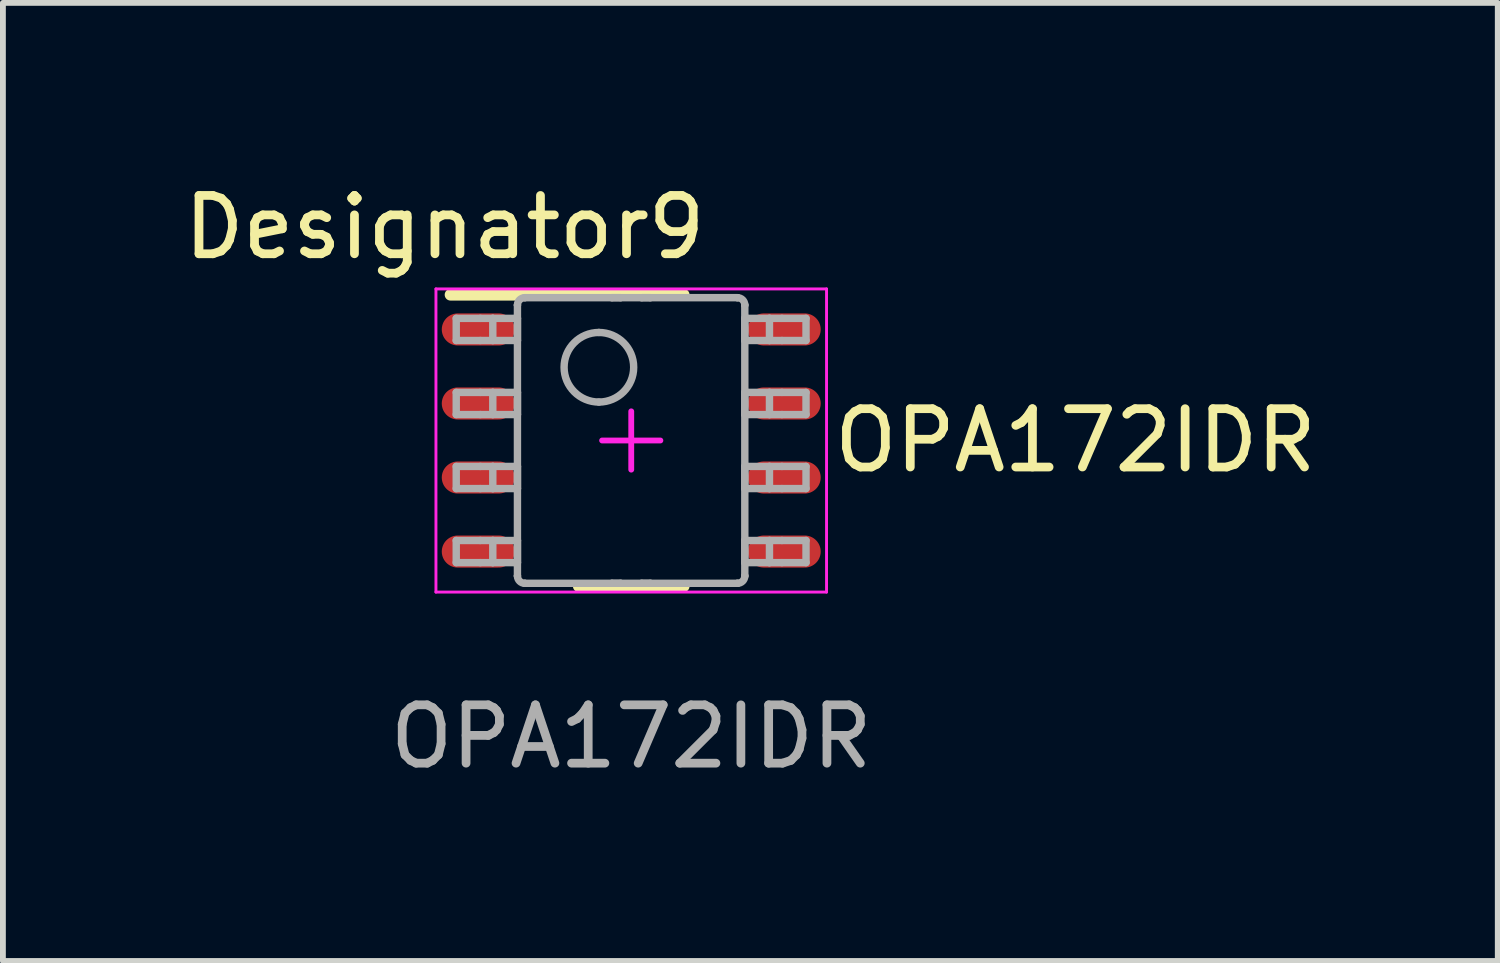
<source format=kicad_pcb>
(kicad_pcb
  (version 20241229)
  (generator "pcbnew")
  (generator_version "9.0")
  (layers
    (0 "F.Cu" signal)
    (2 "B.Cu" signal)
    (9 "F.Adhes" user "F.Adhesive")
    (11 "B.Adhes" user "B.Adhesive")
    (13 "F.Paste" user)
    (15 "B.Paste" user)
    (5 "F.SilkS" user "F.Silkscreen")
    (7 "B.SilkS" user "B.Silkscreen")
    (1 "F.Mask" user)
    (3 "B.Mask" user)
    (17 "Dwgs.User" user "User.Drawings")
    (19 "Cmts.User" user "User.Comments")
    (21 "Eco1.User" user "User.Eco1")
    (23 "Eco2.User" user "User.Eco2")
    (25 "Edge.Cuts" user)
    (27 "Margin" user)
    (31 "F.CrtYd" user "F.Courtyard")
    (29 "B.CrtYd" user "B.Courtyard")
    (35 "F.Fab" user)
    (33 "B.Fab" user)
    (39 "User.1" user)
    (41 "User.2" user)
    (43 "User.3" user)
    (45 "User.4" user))
  (footprint "OPA172IDR"
    (layer "F.Cu")
    (at 7.778 4.506)
    (property "Reference" "OPA172IDR" (at 7.62 0 0) (unlocked yes) (layer "F.SilkS") (effects (font (size 1 1) (thickness 0.15))))
    (attr smd)
    (fp_line (start -3.1 -2.5) (end 0.9 -2.5) (stroke (width 0.2) (type solid)) (layer "F.SilkS"))
    (fp_line (start -0.9 2.5) (end 0.9 2.5) (stroke (width 0.2) (type solid)) (layer "F.SilkS"))
    (fp_line (start -3.35 -2.6) (end 3.35 -2.6) (stroke (width 0.05) (type solid)) (layer "F.CrtYd"))
    (fp_line (start -3.35 2.6) (end -3.35 -2.6) (stroke (width 0.05) (type solid)) (layer "F.CrtYd"))
    (fp_line (start -3.35 2.6) (end 3.35 2.6) (stroke (width 0.05) (type solid)) (layer "F.CrtYd"))
    (fp_line (start -0.5 0) (end 0.5 0) (stroke (width 0.1) (type solid)) (layer "F.CrtYd"))
    (fp_line (start 0 0.5) (end 0 -0.5) (stroke (width 0.1) (type solid)) (layer "F.CrtYd"))
    (fp_line (start 3.35 2.6) (end 3.35 -2.6) (stroke (width 0.05) (type solid)) (layer "F.CrtYd"))
    (fp_line (start -3.002 -2.095) (end -2.589 -2.095) (stroke (width 0.127) (type solid)) (layer "F.Fab"))
    (fp_line (start -3.002 -1.715) (end -3.002 -2.095) (stroke (width 0.127) (type solid)) (layer "F.Fab"))
    (fp_line (start -3.002 -1.715) (end -2.589 -1.715) (stroke (width 0.127) (type solid)) (layer "F.Fab"))
    (fp_line (start -3.002 -0.825) (end -2.589 -0.825) (stroke (width 0.127) (type solid)) (layer "F.Fab"))
    (fp_line (start -3.002 -0.445) (end -3.002 -0.825) (stroke (width 0.127) (type solid)) (layer "F.Fab"))
    (fp_line (start -3.002 -0.445) (end -2.589 -0.445) (stroke (width 0.127) (type solid)) (layer "F.Fab"))
    (fp_line (start -3.002 0.445) (end -2.589 0.445) (stroke (width 0.127) (type solid)) (layer "F.Fab"))
    (fp_line (start -3.002 0.825) (end -3.002 0.445) (stroke (width 0.127) (type solid)) (layer "F.Fab"))
    (fp_line (start -3.002 0.825) (end -2.589 0.825) (stroke (width 0.127) (type solid)) (layer "F.Fab"))
    (fp_line (start -3.002 1.715) (end -2.589 1.715) (stroke (width 0.127) (type solid)) (layer "F.Fab"))
    (fp_line (start -3.002 2.095) (end -3.002 1.715) (stroke (width 0.127) (type solid)) (layer "F.Fab"))
    (fp_line (start -3.002 2.095) (end -2.589 2.095) (stroke (width 0.127) (type solid)) (layer "F.Fab"))
    (fp_line (start -2.589 -2.095) (end -2.375 -2.095) (stroke (width 0.127) (type solid)) (layer "F.Fab"))
    (fp_line (start -2.589 -1.715) (end -2.375 -1.715) (stroke (width 0.127) (type solid)) (layer "F.Fab"))
    (fp_line (start -2.589 -0.825) (end -2.375 -0.825) (stroke (width 0.127) (type solid)) (layer "F.Fab"))
    (fp_line (start -2.589 -0.445) (end -2.375 -0.445) (stroke (width 0.127) (type solid)) (layer "F.Fab"))
    (fp_line (start -2.589 0.445) (end -2.375 0.445) (stroke (width 0.127) (type solid)) (layer "F.Fab"))
    (fp_line (start -2.589 0.825) (end -2.375 0.825) (stroke (width 0.127) (type solid)) (layer "F.Fab"))
    (fp_line (start -2.589 1.715) (end -2.375 1.715) (stroke (width 0.127) (type solid)) (layer "F.Fab"))
    (fp_line (start -2.589 2.095) (end -2.375 2.095) (stroke (width 0.127) (type solid)) (layer "F.Fab"))
    (fp_line (start -2.375 -2.095) (end -1.995 -2.095) (stroke (width 0.127) (type solid)) (layer "F.Fab"))
    (fp_line (start -2.375 -1.715) (end -2.375 -2.095) (stroke (width 0.127) (type solid)) (layer "F.Fab"))
    (fp_line (start -2.375 -1.715) (end -1.995 -1.715) (stroke (width 0.127) (type solid)) (layer "F.Fab"))
    (fp_line (start -2.375 -0.825) (end -1.995 -0.825) (stroke (width 0.127) (type solid)) (layer "F.Fab"))
    (fp_line (start -2.375 -0.445) (end -2.375 -0.825) (stroke (width 0.127) (type solid)) (layer "F.Fab"))
    (fp_line (start -2.375 -0.445) (end -1.995 -0.445) (stroke (width 0.127) (type solid)) (layer "F.Fab"))
    (fp_line (start -2.375 0.445) (end -1.995 0.445) (stroke (width 0.127) (type solid)) (layer "F.Fab"))
    (fp_line (start -2.375 0.825) (end -2.375 0.445) (stroke (width 0.127) (type solid)) (layer "F.Fab"))
    (fp_line (start -2.375 0.825) (end -1.995 0.825) (stroke (width 0.127) (type solid)) (layer "F.Fab"))
    (fp_line (start -2.375 1.715) (end -1.995 1.715) (stroke (width 0.127) (type solid)) (layer "F.Fab"))
    (fp_line (start -2.375 2.095) (end -2.375 1.715) (stroke (width 0.127) (type solid)) (layer "F.Fab"))
    (fp_line (start -2.375 2.095) (end -1.995 2.095) (stroke (width 0.127) (type solid)) (layer "F.Fab"))
    (fp_line (start -1.995 -2.095) (end -1.952 -2.095) (stroke (width 0.127) (type solid)) (layer "F.Fab"))
    (fp_line (start -1.995 -1.715) (end -1.952 -1.715) (stroke (width 0.127) (type solid)) (layer "F.Fab"))
    (fp_line (start -1.995 -0.825) (end -1.952 -0.825) (stroke (width 0.127) (type solid)) (layer "F.Fab"))
    (fp_line (start -1.995 -0.445) (end -1.952 -0.445) (stroke (width 0.127) (type solid)) (layer "F.Fab"))
    (fp_line (start -1.995 0.445) (end -1.952 0.445) (stroke (width 0.127) (type solid)) (layer "F.Fab"))
    (fp_line (start -1.995 0.825) (end -1.952 0.825) (stroke (width 0.127) (type solid)) (layer "F.Fab"))
    (fp_line (start -1.995 1.715) (end -1.952 1.715) (stroke (width 0.127) (type solid)) (layer "F.Fab"))
    (fp_line (start -1.995 2.095) (end -1.952 2.095) (stroke (width 0.127) (type solid)) (layer "F.Fab"))
    (fp_line (start -1.952 -2.323) (end -1.952 -2.324) (stroke (width 0.127) (type solid)) (layer "F.Fab"))
    (fp_line (start -1.952 -1.715) (end -1.952 -2.095) (stroke (width 0.127) (type solid)) (layer "F.Fab"))
    (fp_line (start -1.952 -0.445) (end -1.952 -0.825) (stroke (width 0.127) (type solid)) (layer "F.Fab"))
    (fp_line (start -1.952 0.825) (end -1.952 0.445) (stroke (width 0.127) (type solid)) (layer "F.Fab"))
    (fp_line (start -1.952 2.095) (end -1.952 1.715) (stroke (width 0.127) (type solid)) (layer "F.Fab"))
    (fp_line (start -1.952 2.323) (end -1.952 -2.323) (stroke (width 0.127) (type solid)) (layer "F.Fab"))
    (fp_line (start -1.952 2.324) (end -1.952 2.323) (stroke (width 0.127) (type solid)) (layer "F.Fab"))
    (fp_line (start -1.826 -2.45) (end -1.825 -2.45) (stroke (width 0.127) (type solid)) (layer "F.Fab"))
    (fp_line (start -1.826 2.45) (end -1.825 2.45) (stroke (width 0.127) (type solid)) (layer "F.Fab"))
    (fp_line (start -1.825 -2.45) (end -0.332 -2.45) (stroke (width 0.127) (type solid)) (layer "F.Fab"))
    (fp_line (start -1.825 2.45) (end -0.332 2.45) (stroke (width 0.127) (type solid)) (layer "F.Fab"))
    (fp_line (start -0.332 -2.45) (end -0.182 -2.45) (stroke (width 0.127) (type solid)) (layer "F.Fab"))
    (fp_line (start -0.332 -2.45) (end -0.182 -2.45) (stroke (width 0.127) (type solid)) (layer "F.Fab"))
    (fp_line (start -0.332 2.45) (end -0.182 2.45) (stroke (width 0.127) (type solid)) (layer "F.Fab"))
    (fp_line (start -0.332 2.45) (end -0.182 2.45) (stroke (width 0.127) (type solid)) (layer "F.Fab"))
    (fp_line (start -0.182 -2.45) (end 0.178 -2.45) (stroke (width 0.127) (type solid)) (layer "F.Fab"))
    (fp_line (start -0.182 2.45) (end 0.178 2.45) (stroke (width 0.127) (type solid)) (layer "F.Fab"))
    (fp_line (start 0.178 -2.45) (end 0.328 -2.45) (stroke (width 0.127) (type solid)) (layer "F.Fab"))
    (fp_line (start 0.178 -2.45) (end 0.328 -2.45) (stroke (width 0.127) (type solid)) (layer "F.Fab"))
    (fp_line (start 0.178 2.45) (end 0.328 2.45) (stroke (width 0.127) (type solid)) (layer "F.Fab"))
    (fp_line (start 0.178 2.45) (end 0.328 2.45) (stroke (width 0.127) (type solid)) (layer "F.Fab"))
    (fp_line (start 0.328 -2.45) (end 1.821 -2.45) (stroke (width 0.127) (type solid)) (layer "F.Fab"))
    (fp_line (start 0.328 2.45) (end 1.821 2.45) (stroke (width 0.127) (type solid)) (layer "F.Fab"))
    (fp_line (start 1.821 -2.45) (end 1.822 -2.45) (stroke (width 0.127) (type solid)) (layer "F.Fab"))
    (fp_line (start 1.821 2.45) (end 1.822 2.45) (stroke (width 0.127) (type solid)) (layer "F.Fab"))
    (fp_line (start 1.948 -2.323) (end 1.948 -2.324) (stroke (width 0.127) (type solid)) (layer "F.Fab"))
    (fp_line (start 1.948 -2.095) (end 1.991 -2.095) (stroke (width 0.127) (type solid)) (layer "F.Fab"))
    (fp_line (start 1.948 -1.715) (end 1.948 -2.095) (stroke (width 0.127) (type solid)) (layer "F.Fab"))
    (fp_line (start 1.948 -1.715) (end 1.991 -1.715) (stroke (width 0.127) (type solid)) (layer "F.Fab"))
    (fp_line (start 1.948 -0.825) (end 1.991 -0.825) (stroke (width 0.127) (type solid)) (layer "F.Fab"))
    (fp_line (start 1.948 -0.445) (end 1.948 -0.825) (stroke (width 0.127) (type solid)) (layer "F.Fab"))
    (fp_line (start 1.948 -0.445) (end 1.991 -0.445) (stroke (width 0.127) (type solid)) (layer "F.Fab"))
    (fp_line (start 1.948 0.445) (end 1.991 0.445) (stroke (width 0.127) (type solid)) (layer "F.Fab"))
    (fp_line (start 1.948 0.825) (end 1.948 0.445) (stroke (width 0.127) (type solid)) (layer "F.Fab"))
    (fp_line (start 1.948 0.825) (end 1.991 0.825) (stroke (width 0.127) (type solid)) (layer "F.Fab"))
    (fp_line (start 1.948 1.715) (end 1.991 1.715) (stroke (width 0.127) (type solid)) (layer "F.Fab"))
    (fp_line (start 1.948 2.095) (end 1.948 1.715) (stroke (width 0.127) (type solid)) (layer "F.Fab"))
    (fp_line (start 1.948 2.095) (end 1.991 2.095) (stroke (width 0.127) (type solid)) (layer "F.Fab"))
    (fp_line (start 1.948 2.323) (end 1.948 -2.323) (stroke (width 0.127) (type solid)) (layer "F.Fab"))
    (fp_line (start 1.948 2.324) (end 1.948 2.323) (stroke (width 0.127) (type solid)) (layer "F.Fab"))
    (fp_line (start 1.991 -2.095) (end 2.371 -2.095) (stroke (width 0.127) (type solid)) (layer "F.Fab"))
    (fp_line (start 1.991 -1.715) (end 2.371 -1.715) (stroke (width 0.127) (type solid)) (layer "F.Fab"))
    (fp_line (start 1.991 -0.825) (end 2.371 -0.825) (stroke (width 0.127) (type solid)) (layer "F.Fab"))
    (fp_line (start 1.991 -0.445) (end 2.371 -0.445) (stroke (width 0.127) (type solid)) (layer "F.Fab"))
    (fp_line (start 1.991 0.445) (end 2.371 0.445) (stroke (width 0.127) (type solid)) (layer "F.Fab"))
    (fp_line (start 1.991 0.825) (end 2.371 0.825) (stroke (width 0.127) (type solid)) (layer "F.Fab"))
    (fp_line (start 1.991 1.715) (end 2.371 1.715) (stroke (width 0.127) (type solid)) (layer "F.Fab"))
    (fp_line (start 1.991 2.095) (end 2.371 2.095) (stroke (width 0.127) (type solid)) (layer "F.Fab"))
    (fp_line (start 2.371 -2.095) (end 2.585 -2.095) (stroke (width 0.127) (type solid)) (layer "F.Fab"))
    (fp_line (start 2.371 -1.715) (end 2.371 -2.095) (stroke (width 0.127) (type solid)) (layer "F.Fab"))
    (fp_line (start 2.371 -1.715) (end 2.585 -1.715) (stroke (width 0.127) (type solid)) (layer "F.Fab"))
    (fp_line (start 2.371 -0.825) (end 2.585 -0.825) (stroke (width 0.127) (type solid)) (layer "F.Fab"))
    (fp_line (start 2.371 -0.445) (end 2.371 -0.825) (stroke (width 0.127) (type solid)) (layer "F.Fab"))
    (fp_line (start 2.371 -0.445) (end 2.585 -0.445) (stroke (width 0.127) (type solid)) (layer "F.Fab"))
    (fp_line (start 2.371 0.445) (end 2.585 0.445) (stroke (width 0.127) (type solid)) (layer "F.Fab"))
    (fp_line (start 2.371 0.825) (end 2.371 0.445) (stroke (width 0.127) (type solid)) (layer "F.Fab"))
    (fp_line (start 2.371 0.825) (end 2.585 0.825) (stroke (width 0.127) (type solid)) (layer "F.Fab"))
    (fp_line (start 2.371 1.715) (end 2.585 1.715) (stroke (width 0.127) (type solid)) (layer "F.Fab"))
    (fp_line (start 2.371 2.095) (end 2.371 1.715) (stroke (width 0.127) (type solid)) (layer "F.Fab"))
    (fp_line (start 2.371 2.095) (end 2.585 2.095) (stroke (width 0.127) (type solid)) (layer "F.Fab"))
    (fp_line (start 2.585 -2.095) (end 2.998 -2.095) (stroke (width 0.127) (type solid)) (layer "F.Fab"))
    (fp_line (start 2.585 -1.715) (end 2.998 -1.715) (stroke (width 0.127) (type solid)) (layer "F.Fab"))
    (fp_line (start 2.585 -0.825) (end 2.998 -0.825) (stroke (width 0.127) (type solid)) (layer "F.Fab"))
    (fp_line (start 2.585 -0.445) (end 2.998 -0.445) (stroke (width 0.127) (type solid)) (layer "F.Fab"))
    (fp_line (start 2.585 0.445) (end 2.998 0.445) (stroke (width 0.127) (type solid)) (layer "F.Fab"))
    (fp_line (start 2.585 0.825) (end 2.998 0.825) (stroke (width 0.127) (type solid)) (layer "F.Fab"))
    (fp_line (start 2.585 1.715) (end 2.998 1.715) (stroke (width 0.127) (type solid)) (layer "F.Fab"))
    (fp_line (start 2.585 2.095) (end 2.998 2.095) (stroke (width 0.127) (type solid)) (layer "F.Fab"))
    (fp_line (start 2.998 -1.715) (end 2.998 -2.095) (stroke (width 0.127) (type solid)) (layer "F.Fab"))
    (fp_line (start 2.998 -0.445) (end 2.998 -0.825) (stroke (width 0.127) (type solid)) (layer "F.Fab"))
    (fp_line (start 2.998 0.825) (end 2.998 0.445) (stroke (width 0.127) (type solid)) (layer "F.Fab"))
    (fp_line (start 2.998 2.095) (end 2.998 1.715) (stroke (width 0.127) (type solid)) (layer "F.Fab"))
    (fp_arc (start -1.952002 -2.323941) (mid -1.914806 -2.412806) (end -1.825941 -2.450002) (stroke (width 0.127) (type solid)) (layer "F.Fab"))
    (fp_arc (start -1.825941 2.449992) (mid -1.914806 2.412795) (end -1.952002 2.323931) (stroke (width 0.127) (type solid)) (layer "F.Fab"))
    (fp_arc (start -0.555 -1.8531) (mid 0.0419 -1.2562) (end -0.555 -0.6593) (stroke (width 0.127) (type solid)) (layer "F.Fab"))
    (fp_arc (start -0.555 -0.6593) (mid -1.1519 -1.2562) (end -0.555 -1.8531) (stroke (width 0.127) (type solid)) (layer "F.Fab"))
    (fp_arc (start 1.821933 -2.450002) (mid 1.910797 -2.412806) (end 1.947994 -2.323941) (stroke (width 0.127) (type solid)) (layer "F.Fab"))
    (fp_arc (start 1.947994 2.323931) (mid 1.910797 2.412795) (end 1.821933 2.449992) (stroke (width 0.127) (type solid)) (layer "F.Fab"))
    (fp_text user "Designator9" (at -3.2 -3.658 0) (unlocked yes) (layer "F.SilkS") (effects (font (size 1 1) (thickness 0.15))))
    (fp_text user "${REFERENCE}" (at 0 5.08 0) (unlocked yes) (layer "F.Fab") (effects (font (size 1 1) (thickness 0.15))))
    (pad "1" smd oval (at -2.625 -1.905 90) (size 0.55 1.25) (layers "F.Cu" "F.Mask" "F.Paste"))
    (pad "2" smd oval (at -2.625 -0.635 90) (size 0.55 1.25) (layers "F.Cu" "F.Mask" "F.Paste"))
    (pad "3" smd oval (at -2.625 0.635 90) (size 0.55 1.25) (layers "F.Cu" "F.Mask" "F.Paste"))
    (pad "4" smd oval (at -2.625 1.905 90) (size 0.55 1.25) (layers "F.Cu" "F.Mask" "F.Paste"))
    (pad "5" smd oval (at 2.625 1.905 90) (size 0.55 1.25) (layers "F.Cu" "F.Mask" "F.Paste"))
    (pad "6" smd oval (at 2.625 0.635 90) (size 0.55 1.25) (layers "F.Cu" "F.Mask" "F.Paste"))
    (pad "7" smd oval (at 2.625 -0.635 90) (size 0.55 1.25) (layers "F.Cu" "F.Mask" "F.Paste"))
    (pad "8" smd oval (at 2.625 -1.905 90) (size 0.55 1.25) (layers "F.Cu" "F.Mask" "F.Paste")))
  (gr_rect
    (start -3 -3)
    (end 22.642 13.434)
    (stroke (width 0.1) (type default))
    (fill no)
    (layer "Edge.Cuts")))
</source>
